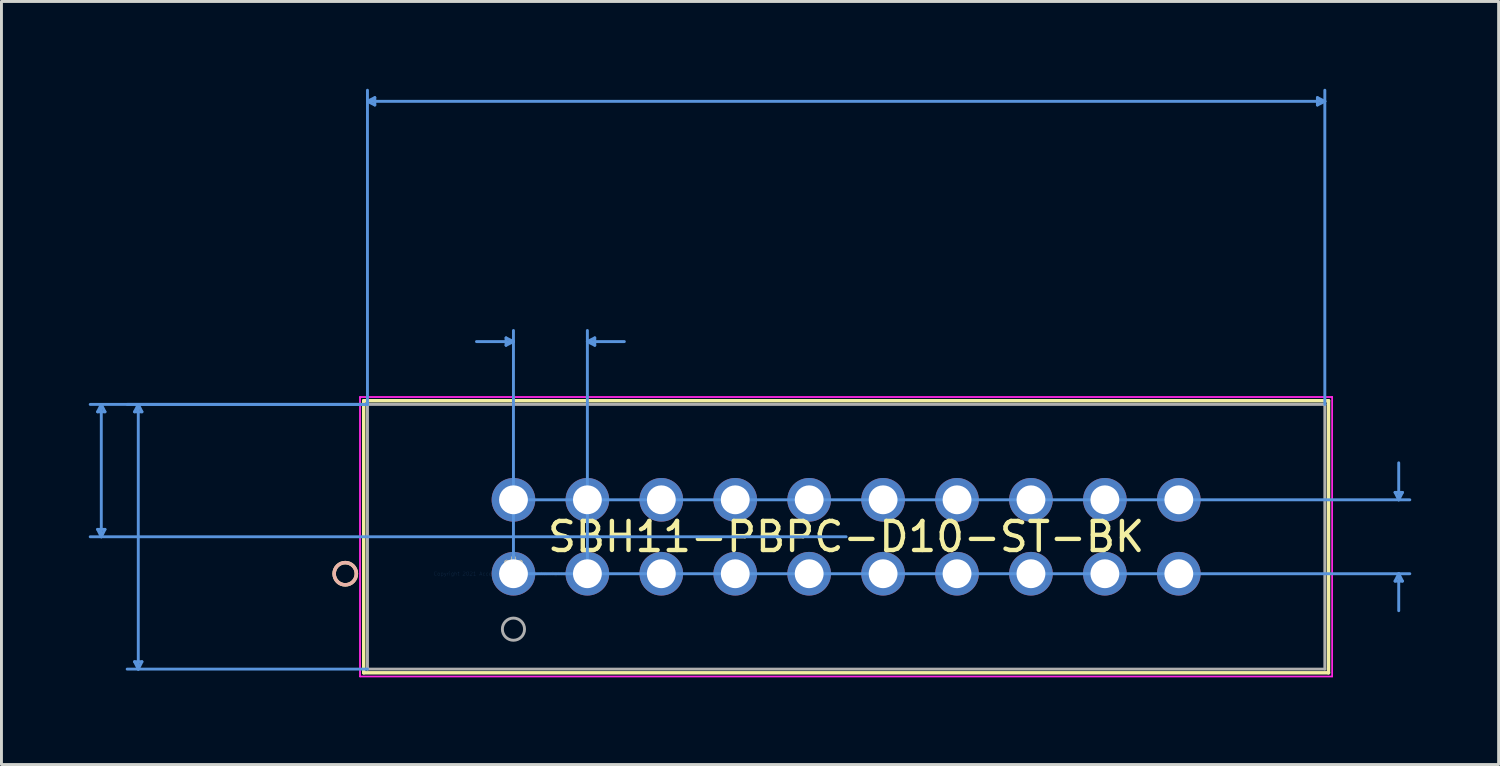
<source format=kicad_pcb>
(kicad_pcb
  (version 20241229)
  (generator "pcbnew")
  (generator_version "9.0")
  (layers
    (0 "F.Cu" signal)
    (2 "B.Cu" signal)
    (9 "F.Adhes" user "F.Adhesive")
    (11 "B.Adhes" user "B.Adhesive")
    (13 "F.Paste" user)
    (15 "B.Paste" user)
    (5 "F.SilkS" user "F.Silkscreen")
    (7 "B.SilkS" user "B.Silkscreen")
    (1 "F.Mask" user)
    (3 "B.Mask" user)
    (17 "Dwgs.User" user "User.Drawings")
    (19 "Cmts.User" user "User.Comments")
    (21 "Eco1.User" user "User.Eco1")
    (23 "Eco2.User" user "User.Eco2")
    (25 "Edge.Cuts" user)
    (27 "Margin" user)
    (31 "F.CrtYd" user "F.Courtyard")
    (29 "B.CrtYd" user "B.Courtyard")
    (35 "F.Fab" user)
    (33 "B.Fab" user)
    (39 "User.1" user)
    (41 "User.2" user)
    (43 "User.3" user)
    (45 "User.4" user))
  (footprint "SBH11-PBPC-D10-ST-BK"
    (layer "F.Cu")
    (at 14.591 16.662)
    (property "Reference" "SBH11-PBPC-D10-ST-BK" (at 11.43 -1.27 0) (layer "F.SilkS") (effects (font (size 1 1) (thickness 0.15))))
    (attr through_hole)
    (fp_line (start -5.144 -5.944) (end -5.144 3.404) (stroke (width 0.12) (type solid)) (layer "F.SilkS"))
    (fp_line (start -5.144 3.404) (end 28.003 3.404) (stroke (width 0.12) (type solid)) (layer "F.SilkS"))
    (fp_line (start 28.003 -5.944) (end -5.144 -5.944) (stroke (width 0.12) (type solid)) (layer "F.SilkS"))
    (fp_line (start 28.003 3.404) (end 28.003 -5.944) (stroke (width 0.12) (type solid)) (layer "F.SilkS"))
    (fp_circle (center -5.779 0) (end -5.397 0) (stroke (width 0.12) (type solid)) (fill no) (layer "F.SilkS"))
    (fp_circle (center -5.779 0) (end -5.397 0) (stroke (width 0.12) (type solid)) (fill no) (layer "B.SilkS"))
    (fp_line (start -14.287 -5.563) (end -14.034 -5.563) (stroke (width 0.1) (type solid)) (layer "Cmts.User"))
    (fp_line (start -14.287 -1.524) (end -14.034 -1.524) (stroke (width 0.1) (type solid)) (layer "Cmts.User"))
    (fp_line (start -14.161 -5.817) (end -14.287 -5.563) (stroke (width 0.1) (type solid)) (layer "Cmts.User"))
    (fp_line (start -14.161 -5.817) (end -14.161 -1.27) (stroke (width 0.1) (type solid)) (layer "Cmts.User"))
    (fp_line (start -14.161 -5.817) (end -14.034 -5.563) (stroke (width 0.1) (type solid)) (layer "Cmts.User"))
    (fp_line (start -14.161 -1.27) (end -14.287 -1.524) (stroke (width 0.1) (type solid)) (layer "Cmts.User"))
    (fp_line (start -14.161 -1.27) (end -14.034 -1.524) (stroke (width 0.1) (type solid)) (layer "Cmts.User"))
    (fp_line (start -13.018 -5.563) (end -12.764 -5.563) (stroke (width 0.1) (type solid)) (layer "Cmts.User"))
    (fp_line (start -13.018 3.023) (end -12.764 3.023) (stroke (width 0.1) (type solid)) (layer "Cmts.User"))
    (fp_line (start -12.89 -5.817) (end -13.018 -5.563) (stroke (width 0.1) (type solid)) (layer "Cmts.User"))
    (fp_line (start -12.89 -5.817) (end -12.89 3.277) (stroke (width 0.1) (type solid)) (layer "Cmts.User"))
    (fp_line (start -12.89 -5.817) (end -12.764 -5.563) (stroke (width 0.1) (type solid)) (layer "Cmts.User"))
    (fp_line (start -12.89 3.277) (end -13.018 3.023) (stroke (width 0.1) (type solid)) (layer "Cmts.User"))
    (fp_line (start -12.89 3.277) (end -12.764 3.023) (stroke (width 0.1) (type solid)) (layer "Cmts.User"))
    (fp_line (start -5.016 -16.231) (end -4.763 -16.358) (stroke (width 0.1) (type solid)) (layer "Cmts.User"))
    (fp_line (start -5.016 -16.231) (end -4.763 -16.104) (stroke (width 0.1) (type solid)) (layer "Cmts.User"))
    (fp_line (start -5.016 -16.231) (end 27.877 -16.231) (stroke (width 0.1) (type solid)) (layer "Cmts.User"))
    (fp_line (start -5.016 -5.817) (end -14.541 -5.817) (stroke (width 0.1) (type solid)) (layer "Cmts.User"))
    (fp_line (start -5.016 -5.817) (end -13.271 -5.817) (stroke (width 0.1) (type solid)) (layer "Cmts.User"))
    (fp_line (start -5.016 -5.817) (end -5.016 -16.612) (stroke (width 0.1) (type solid)) (layer "Cmts.User"))
    (fp_line (start -5.016 3.277) (end -13.271 3.277) (stroke (width 0.1) (type solid)) (layer "Cmts.User"))
    (fp_line (start -4.763 -16.358) (end -4.763 -16.104) (stroke (width 0.1) (type solid)) (layer "Cmts.User"))
    (fp_line (start -0.254 -8.103) (end -0.254 -7.849) (stroke (width 0.1) (type solid)) (layer "Cmts.User"))
    (fp_line (start 0 -7.976) (end -1.27 -7.976) (stroke (width 0.1) (type solid)) (layer "Cmts.User"))
    (fp_line (start 0 -7.976) (end -0.254 -8.103) (stroke (width 0.1) (type solid)) (layer "Cmts.User"))
    (fp_line (start 0 -7.976) (end -0.254 -7.849) (stroke (width 0.1) (type solid)) (layer "Cmts.User"))
    (fp_line (start 0 -2.54) (end 30.797 -2.54) (stroke (width 0.1) (type solid)) (layer "Cmts.User"))
    (fp_line (start 0 0) (end 0 -8.357) (stroke (width 0.1) (type solid)) (layer "Cmts.User"))
    (fp_line (start 0 0) (end 30.797 0) (stroke (width 0.1) (type solid)) (layer "Cmts.User"))
    (fp_line (start 2.54 -7.976) (end 2.794 -8.103) (stroke (width 0.1) (type solid)) (layer "Cmts.User"))
    (fp_line (start 2.54 -7.976) (end 2.794 -7.849) (stroke (width 0.1) (type solid)) (layer "Cmts.User"))
    (fp_line (start 2.54 -7.976) (end 3.81 -7.976) (stroke (width 0.1) (type solid)) (layer "Cmts.User"))
    (fp_line (start 2.54 0) (end 2.54 -8.357) (stroke (width 0.1) (type solid)) (layer "Cmts.User"))
    (fp_line (start 2.794 -8.103) (end 2.794 -7.849) (stroke (width 0.1) (type solid)) (layer "Cmts.User"))
    (fp_line (start 11.43 -1.27) (end -14.541 -1.27) (stroke (width 0.1) (type solid)) (layer "Cmts.User"))
    (fp_line (start 27.622 -16.358) (end 27.622 -16.104) (stroke (width 0.1) (type solid)) (layer "Cmts.User"))
    (fp_line (start 27.877 -16.231) (end 27.622 -16.358) (stroke (width 0.1) (type solid)) (layer "Cmts.User"))
    (fp_line (start 27.877 -16.231) (end 27.622 -16.104) (stroke (width 0.1) (type solid)) (layer "Cmts.User"))
    (fp_line (start 27.877 -5.817) (end 27.877 -16.612) (stroke (width 0.1) (type solid)) (layer "Cmts.User"))
    (fp_line (start 30.29 -2.794) (end 30.544 -2.794) (stroke (width 0.1) (type solid)) (layer "Cmts.User"))
    (fp_line (start 30.29 0.254) (end 30.544 0.254) (stroke (width 0.1) (type solid)) (layer "Cmts.User"))
    (fp_line (start 30.416 -2.54) (end 30.29 -2.794) (stroke (width 0.1) (type solid)) (layer "Cmts.User"))
    (fp_line (start 30.416 -2.54) (end 30.416 -3.81) (stroke (width 0.1) (type solid)) (layer "Cmts.User"))
    (fp_line (start 30.416 -2.54) (end 30.544 -2.794) (stroke (width 0.1) (type solid)) (layer "Cmts.User"))
    (fp_line (start 30.416 0) (end 30.29 0.254) (stroke (width 0.1) (type solid)) (layer "Cmts.User"))
    (fp_line (start 30.416 0) (end 30.416 1.27) (stroke (width 0.1) (type solid)) (layer "Cmts.User"))
    (fp_line (start 30.416 0) (end 30.544 0.254) (stroke (width 0.1) (type solid)) (layer "Cmts.User"))
    (fp_line (start -5.271 -6.071) (end -5.271 3.531) (stroke (width 0.05) (type solid)) (layer "F.CrtYd"))
    (fp_line (start -5.271 -6.071) (end -5.271 3.531) (stroke (width 0.05) (type solid)) (layer "F.CrtYd"))
    (fp_line (start -5.271 3.531) (end 28.131 3.531) (stroke (width 0.05) (type solid)) (layer "F.CrtYd"))
    (fp_line (start -5.271 3.531) (end 28.131 3.531) (stroke (width 0.05) (type solid)) (layer "F.CrtYd"))
    (fp_line (start 28.131 -6.071) (end -5.271 -6.071) (stroke (width 0.05) (type solid)) (layer "F.CrtYd"))
    (fp_line (start 28.131 -6.071) (end -5.271 -6.071) (stroke (width 0.05) (type solid)) (layer "F.CrtYd"))
    (fp_line (start 28.131 3.531) (end 28.131 -6.071) (stroke (width 0.05) (type solid)) (layer "F.CrtYd"))
    (fp_line (start 28.131 3.531) (end 28.131 -6.071) (stroke (width 0.05) (type solid)) (layer "F.CrtYd"))
    (fp_line (start -5.016 -5.817) (end -5.016 3.277) (stroke (width 0.1) (type solid)) (layer "F.Fab"))
    (fp_line (start -5.016 3.277) (end 27.877 3.277) (stroke (width 0.1) (type solid)) (layer "F.Fab"))
    (fp_line (start 27.877 -5.817) (end -5.016 -5.817) (stroke (width 0.1) (type solid)) (layer "F.Fab"))
    (fp_line (start 27.877 3.277) (end 27.877 -5.817) (stroke (width 0.1) (type solid)) (layer "F.Fab"))
    (fp_circle (center 0 1.905) (end 0.381 1.905) (stroke (width 0.1) (type solid)) (fill no) (layer "F.Fab"))
    (fp_text user "*" (at 0 0 0) (layer "F.SilkS") (effects (font (size 1 1) (thickness 0.15))))
    (fp_text user "Copyright 2021 Accelerated Designs. All rights reserved." (at 0 0 0) (layer "Cmts.User") (effects (font (size 0.127 0.127) (thickness 0.002))))
    (fp_text user "*" (at 0 0 0) (layer "F.Fab") (effects (font (size 1 1) (thickness 0.15))))
    (pad "1" thru_hole circle (at 0 0) (size 1.499 1.499) (drill 0.991) (layers "*.Cu" "*.Mask"))
    (pad "2" thru_hole circle (at 0 -2.54) (size 1.499 1.499) (drill 0.991) (layers "*.Cu" "*.Mask"))
    (pad "3" thru_hole circle (at 2.54 0) (size 1.499 1.499) (drill 0.991) (layers "*.Cu" "*.Mask"))
    (pad "4" thru_hole circle (at 2.54 -2.54) (size 1.499 1.499) (drill 0.991) (layers "*.Cu" "*.Mask"))
    (pad "5" thru_hole circle (at 5.08 0) (size 1.499 1.499) (drill 0.991) (layers "*.Cu" "*.Mask"))
    (pad "6" thru_hole circle (at 5.08 -2.54) (size 1.499 1.499) (drill 0.991) (layers "*.Cu" "*.Mask"))
    (pad "7" thru_hole circle (at 7.62 0) (size 1.499 1.499) (drill 0.991) (layers "*.Cu" "*.Mask"))
    (pad "8" thru_hole circle (at 7.62 -2.54) (size 1.499 1.499) (drill 0.991) (layers "*.Cu" "*.Mask"))
    (pad "9" thru_hole circle (at 10.16 0) (size 1.499 1.499) (drill 0.991) (layers "*.Cu" "*.Mask"))
    (pad "10" thru_hole circle (at 10.16 -2.54) (size 1.499 1.499) (drill 0.991) (layers "*.Cu" "*.Mask"))
    (pad "11" thru_hole circle (at 12.7 0) (size 1.499 1.499) (drill 0.991) (layers "*.Cu" "*.Mask"))
    (pad "12" thru_hole circle (at 12.7 -2.54) (size 1.499 1.499) (drill 0.991) (layers "*.Cu" "*.Mask"))
    (pad "13" thru_hole circle (at 15.24 0) (size 1.499 1.499) (drill 0.991) (layers "*.Cu" "*.Mask"))
    (pad "14" thru_hole circle (at 15.24 -2.54) (size 1.499 1.499) (drill 0.991) (layers "*.Cu" "*.Mask"))
    (pad "15" thru_hole circle (at 17.78 0) (size 1.499 1.499) (drill 0.991) (layers "*.Cu" "*.Mask"))
    (pad "16" thru_hole circle (at 17.78 -2.54) (size 1.499 1.499) (drill 0.991) (layers "*.Cu" "*.Mask"))
    (pad "17" thru_hole circle (at 20.32 0) (size 1.499 1.499) (drill 0.991) (layers "*.Cu" "*.Mask"))
    (pad "18" thru_hole circle (at 20.32 -2.54) (size 1.499 1.499) (drill 0.991) (layers "*.Cu" "*.Mask"))
    (pad "19" thru_hole circle (at 22.86 0) (size 1.499 1.499) (drill 0.991) (layers "*.Cu" "*.Mask"))
    (pad "20" thru_hole circle (at 22.86 -2.54) (size 1.499 1.499) (drill 0.991) (layers "*.Cu" "*.Mask")))
  (gr_rect
    (start -3 -3)
    (end 48.439 23.217)
    (stroke (width 0.1) (type default))
    (fill no)
    (layer "Edge.Cuts")))
</source>
